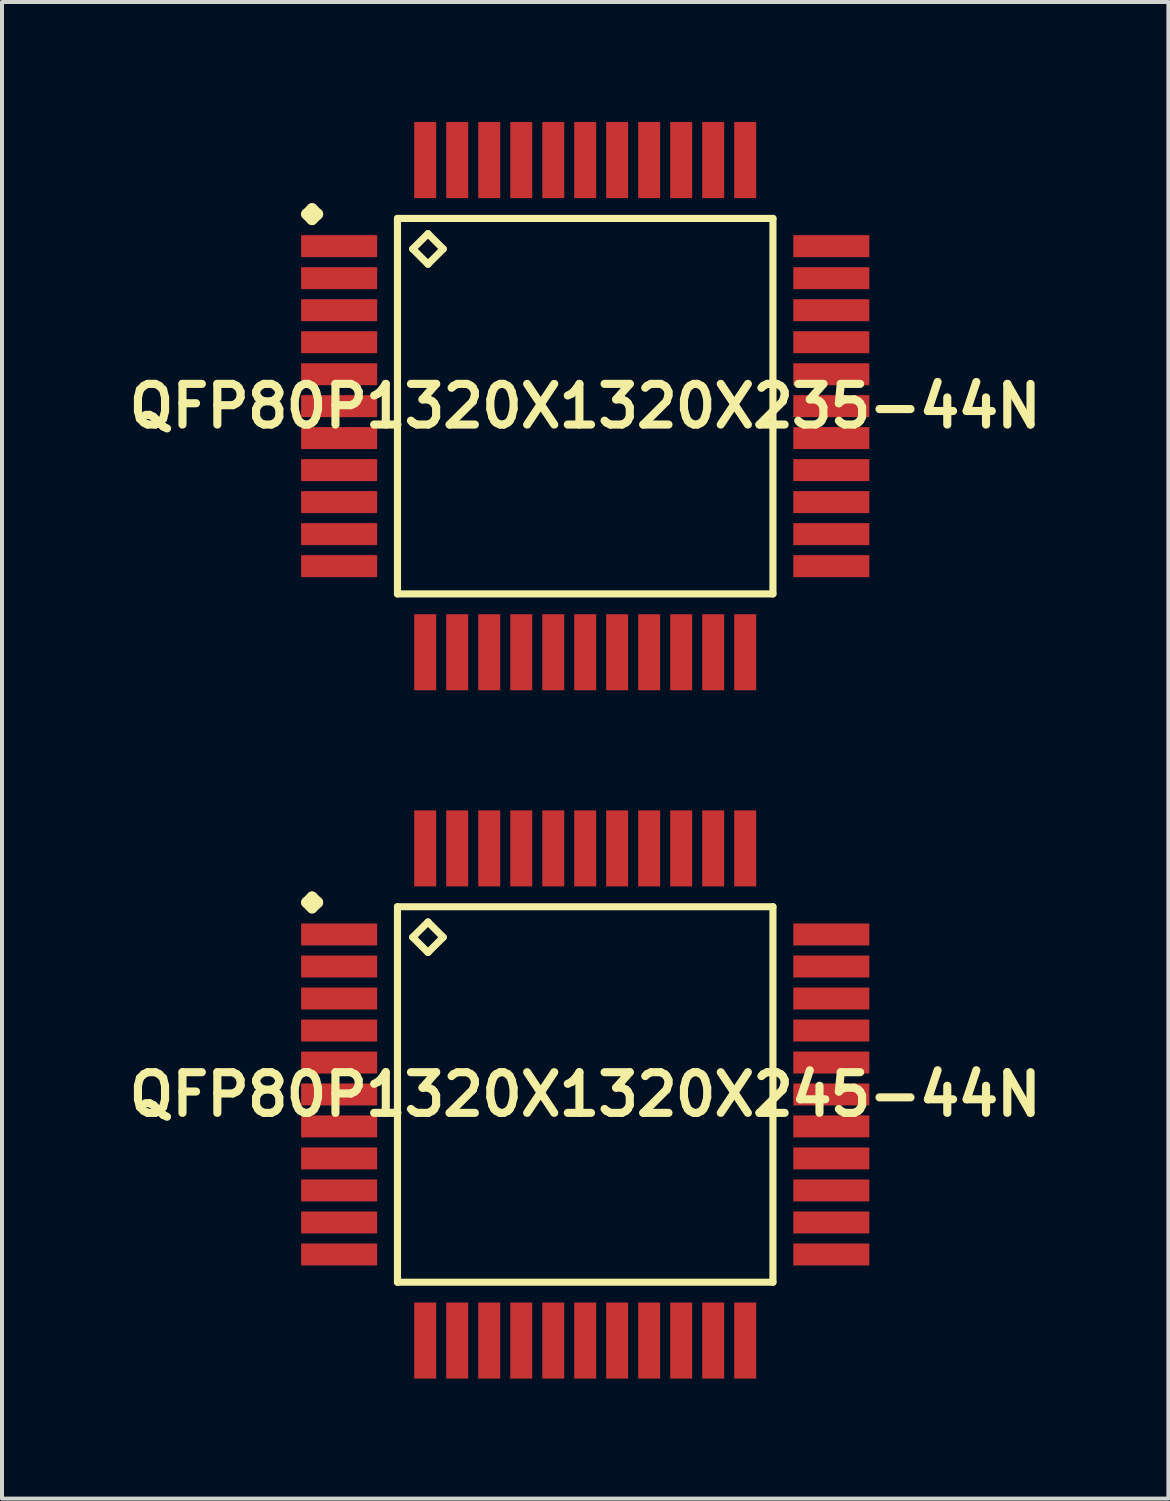
<source format=kicad_pcb>
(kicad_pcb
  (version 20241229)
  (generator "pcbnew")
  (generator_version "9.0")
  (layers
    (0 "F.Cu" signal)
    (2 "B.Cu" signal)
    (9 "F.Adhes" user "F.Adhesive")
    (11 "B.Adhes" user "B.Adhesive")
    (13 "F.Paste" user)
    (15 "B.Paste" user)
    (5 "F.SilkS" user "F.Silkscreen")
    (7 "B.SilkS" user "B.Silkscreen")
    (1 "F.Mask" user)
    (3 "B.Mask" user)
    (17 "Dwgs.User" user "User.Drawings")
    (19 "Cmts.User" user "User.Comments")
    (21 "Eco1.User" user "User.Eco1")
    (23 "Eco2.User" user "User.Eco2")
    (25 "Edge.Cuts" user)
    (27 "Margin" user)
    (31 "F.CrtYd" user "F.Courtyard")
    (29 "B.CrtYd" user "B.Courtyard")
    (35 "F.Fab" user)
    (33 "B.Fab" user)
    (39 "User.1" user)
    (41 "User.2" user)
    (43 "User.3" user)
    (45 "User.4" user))
  (footprint "QFP80P1320X1320X235-44N"
    (layer "F.Cu")
    (at 11.573 7.099)
    (property "Reference" "QFP80P1320X1320X235-44N" (at 0 0 0) (layer "F.SilkS") (effects (font (size 1.016 1.016) (thickness 0.203))))
    (attr smd)
    (fp_line (start -6.962 -4.798) (end -6.825 -4.935) (stroke (width 0.274) (type solid)) (layer "F.SilkS"))
    (fp_line (start -6.825 -4.935) (end -6.685 -4.798) (stroke (width 0.274) (type solid)) (layer "F.SilkS"))
    (fp_line (start -6.825 -4.661) (end -6.962 -4.798) (stroke (width 0.274) (type solid)) (layer "F.SilkS"))
    (fp_line (start -6.685 -4.798) (end -6.825 -4.661) (stroke (width 0.274) (type solid)) (layer "F.SilkS"))
    (fp_line (start -4.691 -4.691) (end -4.691 4.691) (stroke (width 0.178) (type solid)) (layer "F.SilkS"))
    (fp_line (start -4.691 4.691) (end 4.691 4.691) (stroke (width 0.178) (type solid)) (layer "F.SilkS"))
    (fp_line (start -4.31 -3.929) (end -3.929 -4.31) (stroke (width 0.178) (type solid)) (layer "F.SilkS"))
    (fp_line (start -3.929 -4.31) (end -3.548 -3.929) (stroke (width 0.178) (type solid)) (layer "F.SilkS"))
    (fp_line (start -3.929 -3.548) (end -4.31 -3.929) (stroke (width 0.178) (type solid)) (layer "F.SilkS"))
    (fp_line (start -3.548 -3.929) (end -3.929 -3.548) (stroke (width 0.178) (type solid)) (layer "F.SilkS"))
    (fp_line (start 4.691 -4.691) (end -4.691 -4.691) (stroke (width 0.178) (type solid)) (layer "F.SilkS"))
    (fp_line (start 4.691 4.691) (end 4.691 -4.691) (stroke (width 0.178) (type solid)) (layer "F.SilkS"))
    (pad "1" smd rect (at -6.149 -3.998) (size 1.9 0.549) (layers "F.Cu" "F.Mask" "F.Paste"))
    (pad "2" smd rect (at -6.149 -3.198) (size 1.9 0.549) (layers "F.Cu" "F.Mask" "F.Paste"))
    (pad "3" smd rect (at -6.149 -2.398) (size 1.9 0.549) (layers "F.Cu" "F.Mask" "F.Paste"))
    (pad "4" smd rect (at -6.149 -1.598) (size 1.9 0.549) (layers "F.Cu" "F.Mask" "F.Paste"))
    (pad "5" smd rect (at -6.149 -0.798) (size 1.9 0.549) (layers "F.Cu" "F.Mask" "F.Paste"))
    (pad "6" smd rect (at -6.149 0) (size 1.9 0.549) (layers "F.Cu" "F.Mask" "F.Paste"))
    (pad "7" smd rect (at -6.149 0.798) (size 1.9 0.549) (layers "F.Cu" "F.Mask" "F.Paste"))
    (pad "8" smd rect (at -6.149 1.598) (size 1.9 0.549) (layers "F.Cu" "F.Mask" "F.Paste"))
    (pad "9" smd rect (at -6.149 2.398) (size 1.9 0.549) (layers "F.Cu" "F.Mask" "F.Paste"))
    (pad "10" smd rect (at -6.149 3.198) (size 1.9 0.549) (layers "F.Cu" "F.Mask" "F.Paste"))
    (pad "11" smd rect (at -6.149 3.998) (size 1.9 0.549) (layers "F.Cu" "F.Mask" "F.Paste"))
    (pad "12" smd rect (at -3.998 6.149) (size 0.549 1.9) (layers "F.Cu" "F.Mask" "F.Paste"))
    (pad "13" smd rect (at -3.198 6.149) (size 0.549 1.9) (layers "F.Cu" "F.Mask" "F.Paste"))
    (pad "14" smd rect (at -2.398 6.149) (size 0.549 1.9) (layers "F.Cu" "F.Mask" "F.Paste"))
    (pad "15" smd rect (at -1.598 6.149) (size 0.549 1.9) (layers "F.Cu" "F.Mask" "F.Paste"))
    (pad "16" smd rect (at -0.798 6.149) (size 0.549 1.9) (layers "F.Cu" "F.Mask" "F.Paste"))
    (pad "17" smd rect (at 0 6.149) (size 0.549 1.9) (layers "F.Cu" "F.Mask" "F.Paste"))
    (pad "18" smd rect (at 0.798 6.149) (size 0.549 1.9) (layers "F.Cu" "F.Mask" "F.Paste"))
    (pad "19" smd rect (at 1.598 6.149) (size 0.549 1.9) (layers "F.Cu" "F.Mask" "F.Paste"))
    (pad "20" smd rect (at 2.398 6.149) (size 0.549 1.9) (layers "F.Cu" "F.Mask" "F.Paste"))
    (pad "21" smd rect (at 3.198 6.149) (size 0.549 1.9) (layers "F.Cu" "F.Mask" "F.Paste"))
    (pad "22" smd rect (at 3.998 6.149) (size 0.549 1.9) (layers "F.Cu" "F.Mask" "F.Paste"))
    (pad "23" smd rect (at 6.149 3.998) (size 1.9 0.549) (layers "F.Cu" "F.Mask" "F.Paste"))
    (pad "24" smd rect (at 6.149 3.198) (size 1.9 0.549) (layers "F.Cu" "F.Mask" "F.Paste"))
    (pad "25" smd rect (at 6.149 2.398) (size 1.9 0.549) (layers "F.Cu" "F.Mask" "F.Paste"))
    (pad "26" smd rect (at 6.149 1.598) (size 1.9 0.549) (layers "F.Cu" "F.Mask" "F.Paste"))
    (pad "27" smd rect (at 6.149 0.798) (size 1.9 0.549) (layers "F.Cu" "F.Mask" "F.Paste"))
    (pad "28" smd rect (at 6.149 0) (size 1.9 0.549) (layers "F.Cu" "F.Mask" "F.Paste"))
    (pad "29" smd rect (at 6.149 -0.798) (size 1.9 0.549) (layers "F.Cu" "F.Mask" "F.Paste"))
    (pad "30" smd rect (at 6.149 -1.598) (size 1.9 0.549) (layers "F.Cu" "F.Mask" "F.Paste"))
    (pad "31" smd rect (at 6.149 -2.398) (size 1.9 0.549) (layers "F.Cu" "F.Mask" "F.Paste"))
    (pad "32" smd rect (at 6.149 -3.198) (size 1.9 0.549) (layers "F.Cu" "F.Mask" "F.Paste"))
    (pad "33" smd rect (at 6.149 -3.998) (size 1.9 0.549) (layers "F.Cu" "F.Mask" "F.Paste"))
    (pad "34" smd rect (at 3.998 -6.149) (size 0.549 1.9) (layers "F.Cu" "F.Mask" "F.Paste"))
    (pad "35" smd rect (at 3.198 -6.149) (size 0.549 1.9) (layers "F.Cu" "F.Mask" "F.Paste"))
    (pad "36" smd rect (at 2.398 -6.149) (size 0.549 1.9) (layers "F.Cu" "F.Mask" "F.Paste"))
    (pad "37" smd rect (at 1.598 -6.149) (size 0.549 1.9) (layers "F.Cu" "F.Mask" "F.Paste"))
    (pad "38" smd rect (at 0.798 -6.149) (size 0.549 1.9) (layers "F.Cu" "F.Mask" "F.Paste"))
    (pad "39" smd rect (at 0 -6.149) (size 0.549 1.9) (layers "F.Cu" "F.Mask" "F.Paste"))
    (pad "40" smd rect (at -0.798 -6.149) (size 0.549 1.9) (layers "F.Cu" "F.Mask" "F.Paste"))
    (pad "41" smd rect (at -1.598 -6.149) (size 0.549 1.9) (layers "F.Cu" "F.Mask" "F.Paste"))
    (pad "42" smd rect (at -2.398 -6.149) (size 0.549 1.9) (layers "F.Cu" "F.Mask" "F.Paste"))
    (pad "43" smd rect (at -3.198 -6.149) (size 0.549 1.9) (layers "F.Cu" "F.Mask" "F.Paste"))
    (pad "44" smd rect (at -3.998 -6.149) (size 0.549 1.9) (layers "F.Cu" "F.Mask" "F.Paste")))
  (footprint "QFP80P1320X1320X245-44N"
    (layer "F.Cu")
    (at 11.573 24.298)
    (property "Reference" "QFP80P1320X1320X245-44N" (at 0 0 0) (layer "F.SilkS") (effects (font (size 1.016 1.016) (thickness 0.203))))
    (attr smd)
    (fp_line (start -6.962 -4.798) (end -6.825 -4.935) (stroke (width 0.274) (type solid)) (layer "F.SilkS"))
    (fp_line (start -6.825 -4.935) (end -6.685 -4.798) (stroke (width 0.274) (type solid)) (layer "F.SilkS"))
    (fp_line (start -6.825 -4.661) (end -6.962 -4.798) (stroke (width 0.274) (type solid)) (layer "F.SilkS"))
    (fp_line (start -6.685 -4.798) (end -6.825 -4.661) (stroke (width 0.274) (type solid)) (layer "F.SilkS"))
    (fp_line (start -4.691 -4.691) (end -4.691 4.691) (stroke (width 0.178) (type solid)) (layer "F.SilkS"))
    (fp_line (start -4.691 4.691) (end 4.691 4.691) (stroke (width 0.178) (type solid)) (layer "F.SilkS"))
    (fp_line (start -4.31 -3.929) (end -3.929 -4.31) (stroke (width 0.178) (type solid)) (layer "F.SilkS"))
    (fp_line (start -3.929 -4.31) (end -3.548 -3.929) (stroke (width 0.178) (type solid)) (layer "F.SilkS"))
    (fp_line (start -3.929 -3.548) (end -4.31 -3.929) (stroke (width 0.178) (type solid)) (layer "F.SilkS"))
    (fp_line (start -3.548 -3.929) (end -3.929 -3.548) (stroke (width 0.178) (type solid)) (layer "F.SilkS"))
    (fp_line (start 4.691 -4.691) (end -4.691 -4.691) (stroke (width 0.178) (type solid)) (layer "F.SilkS"))
    (fp_line (start 4.691 4.691) (end 4.691 -4.691) (stroke (width 0.178) (type solid)) (layer "F.SilkS"))
    (pad "1" smd rect (at -6.149 -3.998) (size 1.9 0.549) (layers "F.Cu" "F.Mask" "F.Paste"))
    (pad "2" smd rect (at -6.149 -3.198) (size 1.9 0.549) (layers "F.Cu" "F.Mask" "F.Paste"))
    (pad "3" smd rect (at -6.149 -2.398) (size 1.9 0.549) (layers "F.Cu" "F.Mask" "F.Paste"))
    (pad "4" smd rect (at -6.149 -1.598) (size 1.9 0.549) (layers "F.Cu" "F.Mask" "F.Paste"))
    (pad "5" smd rect (at -6.149 -0.798) (size 1.9 0.549) (layers "F.Cu" "F.Mask" "F.Paste"))
    (pad "6" smd rect (at -6.149 0) (size 1.9 0.549) (layers "F.Cu" "F.Mask" "F.Paste"))
    (pad "7" smd rect (at -6.149 0.798) (size 1.9 0.549) (layers "F.Cu" "F.Mask" "F.Paste"))
    (pad "8" smd rect (at -6.149 1.598) (size 1.9 0.549) (layers "F.Cu" "F.Mask" "F.Paste"))
    (pad "9" smd rect (at -6.149 2.398) (size 1.9 0.549) (layers "F.Cu" "F.Mask" "F.Paste"))
    (pad "10" smd rect (at -6.149 3.198) (size 1.9 0.549) (layers "F.Cu" "F.Mask" "F.Paste"))
    (pad "11" smd rect (at -6.149 3.998) (size 1.9 0.549) (layers "F.Cu" "F.Mask" "F.Paste"))
    (pad "12" smd rect (at -3.998 6.149) (size 0.549 1.9) (layers "F.Cu" "F.Mask" "F.Paste"))
    (pad "13" smd rect (at -3.198 6.149) (size 0.549 1.9) (layers "F.Cu" "F.Mask" "F.Paste"))
    (pad "14" smd rect (at -2.398 6.149) (size 0.549 1.9) (layers "F.Cu" "F.Mask" "F.Paste"))
    (pad "15" smd rect (at -1.598 6.149) (size 0.549 1.9) (layers "F.Cu" "F.Mask" "F.Paste"))
    (pad "16" smd rect (at -0.798 6.149) (size 0.549 1.9) (layers "F.Cu" "F.Mask" "F.Paste"))
    (pad "17" smd rect (at 0 6.149) (size 0.549 1.9) (layers "F.Cu" "F.Mask" "F.Paste"))
    (pad "18" smd rect (at 0.798 6.149) (size 0.549 1.9) (layers "F.Cu" "F.Mask" "F.Paste"))
    (pad "19" smd rect (at 1.598 6.149) (size 0.549 1.9) (layers "F.Cu" "F.Mask" "F.Paste"))
    (pad "20" smd rect (at 2.398 6.149) (size 0.549 1.9) (layers "F.Cu" "F.Mask" "F.Paste"))
    (pad "21" smd rect (at 3.198 6.149) (size 0.549 1.9) (layers "F.Cu" "F.Mask" "F.Paste"))
    (pad "22" smd rect (at 3.998 6.149) (size 0.549 1.9) (layers "F.Cu" "F.Mask" "F.Paste"))
    (pad "23" smd rect (at 6.149 3.998) (size 1.9 0.549) (layers "F.Cu" "F.Mask" "F.Paste"))
    (pad "24" smd rect (at 6.149 3.198) (size 1.9 0.549) (layers "F.Cu" "F.Mask" "F.Paste"))
    (pad "25" smd rect (at 6.149 2.398) (size 1.9 0.549) (layers "F.Cu" "F.Mask" "F.Paste"))
    (pad "26" smd rect (at 6.149 1.598) (size 1.9 0.549) (layers "F.Cu" "F.Mask" "F.Paste"))
    (pad "27" smd rect (at 6.149 0.798) (size 1.9 0.549) (layers "F.Cu" "F.Mask" "F.Paste"))
    (pad "28" smd rect (at 6.149 0) (size 1.9 0.549) (layers "F.Cu" "F.Mask" "F.Paste"))
    (pad "29" smd rect (at 6.149 -0.798) (size 1.9 0.549) (layers "F.Cu" "F.Mask" "F.Paste"))
    (pad "30" smd rect (at 6.149 -1.598) (size 1.9 0.549) (layers "F.Cu" "F.Mask" "F.Paste"))
    (pad "31" smd rect (at 6.149 -2.398) (size 1.9 0.549) (layers "F.Cu" "F.Mask" "F.Paste"))
    (pad "32" smd rect (at 6.149 -3.198) (size 1.9 0.549) (layers "F.Cu" "F.Mask" "F.Paste"))
    (pad "33" smd rect (at 6.149 -3.998) (size 1.9 0.549) (layers "F.Cu" "F.Mask" "F.Paste"))
    (pad "34" smd rect (at 3.998 -6.149) (size 0.549 1.9) (layers "F.Cu" "F.Mask" "F.Paste"))
    (pad "35" smd rect (at 3.198 -6.149) (size 0.549 1.9) (layers "F.Cu" "F.Mask" "F.Paste"))
    (pad "36" smd rect (at 2.398 -6.149) (size 0.549 1.9) (layers "F.Cu" "F.Mask" "F.Paste"))
    (pad "37" smd rect (at 1.598 -6.149) (size 0.549 1.9) (layers "F.Cu" "F.Mask" "F.Paste"))
    (pad "38" smd rect (at 0.798 -6.149) (size 0.549 1.9) (layers "F.Cu" "F.Mask" "F.Paste"))
    (pad "39" smd rect (at 0 -6.149) (size 0.549 1.9) (layers "F.Cu" "F.Mask" "F.Paste"))
    (pad "40" smd rect (at -0.798 -6.149) (size 0.549 1.9) (layers "F.Cu" "F.Mask" "F.Paste"))
    (pad "41" smd rect (at -1.598 -6.149) (size 0.549 1.9) (layers "F.Cu" "F.Mask" "F.Paste"))
    (pad "42" smd rect (at -2.398 -6.149) (size 0.549 1.9) (layers "F.Cu" "F.Mask" "F.Paste"))
    (pad "43" smd rect (at -3.198 -6.149) (size 0.549 1.9) (layers "F.Cu" "F.Mask" "F.Paste"))
    (pad "44" smd rect (at -3.998 -6.149) (size 0.549 1.9) (layers "F.Cu" "F.Mask" "F.Paste")))
  (gr_rect
    (start -3 -3)
    (end 26.145 34.397)
    (stroke (width 0.1) (type default))
    (fill no)
    (layer "Edge.Cuts")))
</source>
